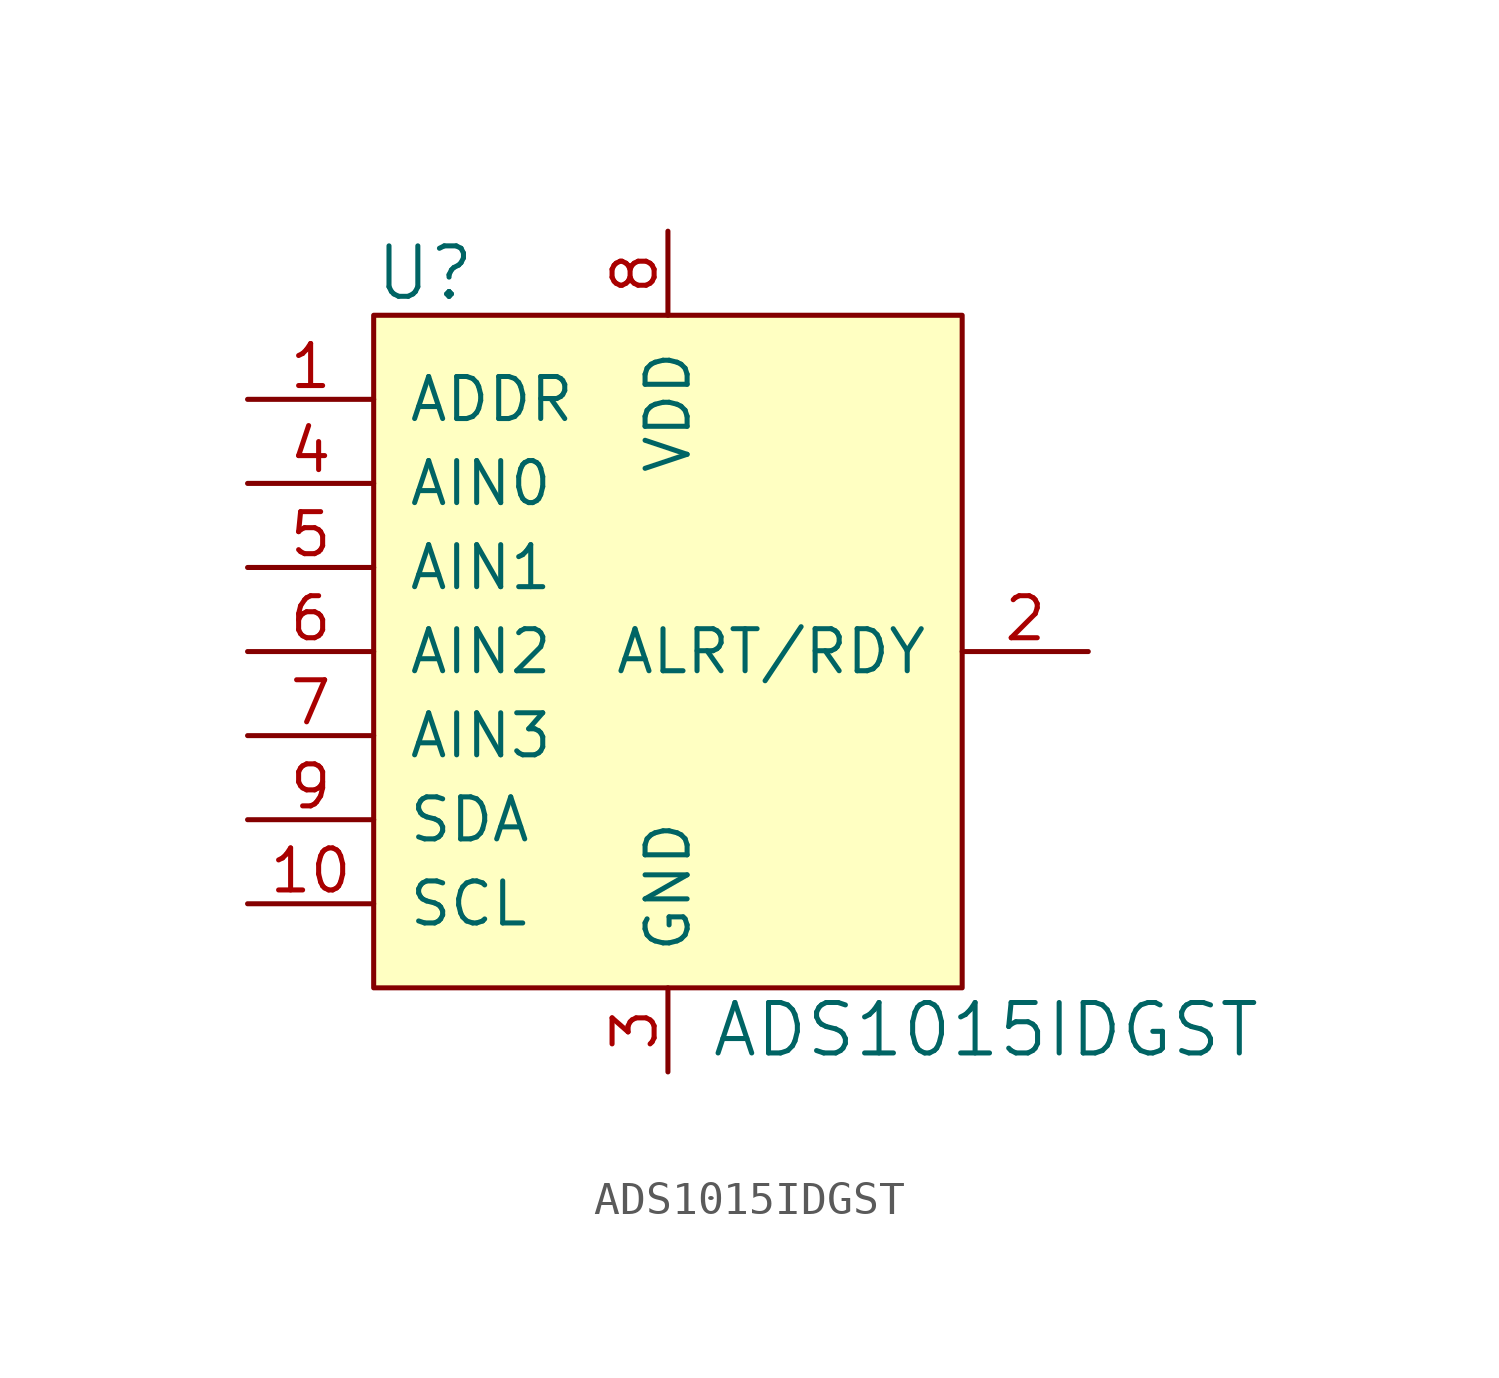
<source format=kicad_sym>
(kicad_symbol_lib
  (version 20211014)
  (generator kicad_symbol_editor)
  (symbol "ADS1015IDGST"
    (pin_names
      (offset 1.016))
    (property "Reference" "U"
      (at -8.89 11.43 0)
      (effects (font (size 1.524 1.524)) (justify left)))
    (property "Value" "ADS1015IDGST"
      (at 1.27 -11.43 0)
      (effects (font (size 1.524 1.524)) (justify left)))
    (symbol "ADS1015IDGST_0_1"
      (rectangle (start -8.89 10.16) (end 8.89 -10.16) (stroke (width 0) (type default) (color 0 0 0 0)) (fill (type background))))
    (symbol "ADS1015IDGST_1_1"
      (pin input line (at -12.7 7.62 0) (length 3.81) (name "ADDR" (effects (font (size 1.27 1.27)))) (number "1" (effects (font (size 1.27 1.27)))))
      (pin input line (at -12.7 -7.62 0) (length 3.81) (name "SCL" (effects (font (size 1.27 1.27)))) (number "10" (effects (font (size 1.27 1.27)))))
      (pin output line (at 12.7 0 180) (length 3.81) (name "ALRT/RDY" (effects (font (size 1.27 1.27)))) (number "2" (effects (font (size 1.27 1.27)))))
      (pin power_in line (at 0 -12.7 90) (length 2.54) (name "GND" (effects (font (size 1.27 1.27)))) (number "3" (effects (font (size 1.27 1.27)))))
      (pin input line (at -12.7 5.08 0) (length 3.81) (name "AIN0" (effects (font (size 1.27 1.27)))) (number "4" (effects (font (size 1.27 1.27)))))
      (pin input line (at -12.7 2.54 0) (length 3.81) (name "AIN1" (effects (font (size 1.27 1.27)))) (number "5" (effects (font (size 1.27 1.27)))))
      (pin input line (at -12.7 0 0) (length 3.81) (name "AIN2" (effects (font (size 1.27 1.27)))) (number "6" (effects (font (size 1.27 1.27)))))
      (pin input line (at -12.7 -2.54 0) (length 3.81) (name "AIN3" (effects (font (size 1.27 1.27)))) (number "7" (effects (font (size 1.27 1.27)))))
      (pin power_in line (at 0 12.7 270) (length 2.54) (name "VDD" (effects (font (size 1.27 1.27)))) (number "8" (effects (font (size 1.27 1.27)))))
      (pin bidirectional line (at -12.7 -5.08 0) (length 3.81) (name "SDA" (effects (font (size 1.27 1.27)))) (number "9" (effects (font (size 1.27 1.27))))))))
</source>
